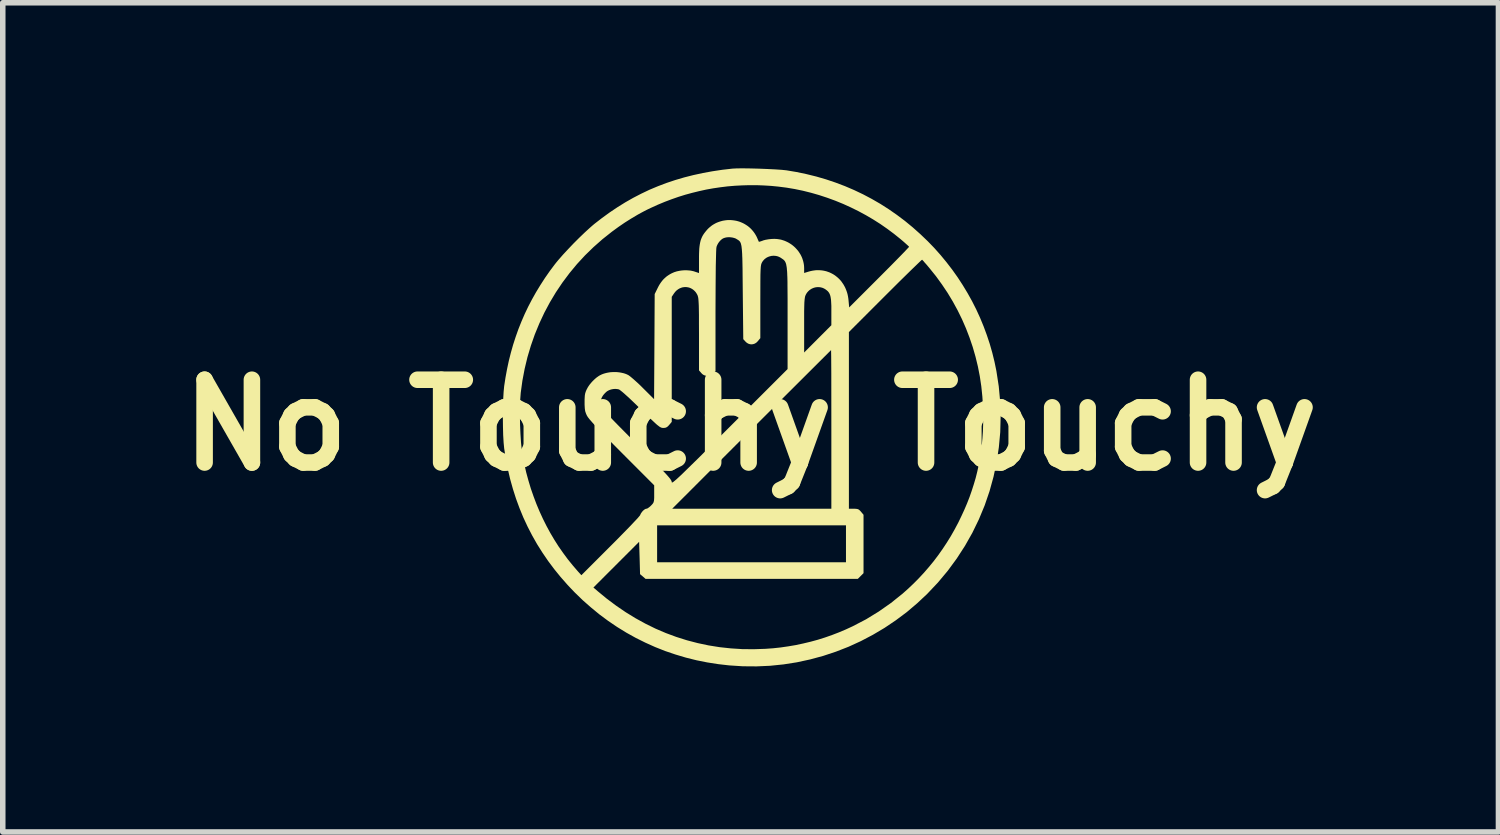
<source format=kicad_pcb>
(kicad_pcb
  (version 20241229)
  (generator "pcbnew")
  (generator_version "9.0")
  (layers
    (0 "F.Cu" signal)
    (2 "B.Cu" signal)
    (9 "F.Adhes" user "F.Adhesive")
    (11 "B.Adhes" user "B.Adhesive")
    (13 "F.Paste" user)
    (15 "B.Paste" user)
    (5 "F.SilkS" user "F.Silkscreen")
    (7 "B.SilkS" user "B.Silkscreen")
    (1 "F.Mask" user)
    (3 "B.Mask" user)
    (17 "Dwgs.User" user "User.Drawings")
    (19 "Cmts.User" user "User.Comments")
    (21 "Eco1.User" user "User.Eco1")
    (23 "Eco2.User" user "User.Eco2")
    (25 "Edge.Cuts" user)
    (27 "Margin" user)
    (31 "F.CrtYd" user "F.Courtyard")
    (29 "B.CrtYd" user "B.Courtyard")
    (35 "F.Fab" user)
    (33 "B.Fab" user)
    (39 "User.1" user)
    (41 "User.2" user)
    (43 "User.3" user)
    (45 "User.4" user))
  (footprint "No Touchy Touchy"
    (layer "F.Cu")
    (at 10.55 4.652)
    (property "Reference" "No Touchy Touchy" (at 0 0 0) (layer "F.SilkS") (effects (font (size 1.5 1.5) (thickness 0.3))))
    (attr board_only exclude_from_pos_files exclude_from_bom)
    (fp_poly (pts (xy 0 -4.65) (xy 0.15 -4.646) (xy 0.302 -4.64) (xy 0.443 -4.633) (xy 0.562 -4.625) (xy 0.649 -4.616) (xy 0.833 -4.585) (xy 1.014 -4.547) (xy 1.192 -4.503) (xy 1.367 -4.452) (xy 1.539 -4.394) (xy 1.708 -4.33) (xy 1.874 -4.259) (xy 2.036 -4.182) (xy 2.195 -4.098) (xy 2.351 -4.008) (xy 2.503 -3.911) (xy 2.651 -3.808) (xy 2.796 -3.699) (xy 2.937 -3.583) (xy 3.074 -3.461) (xy 3.208 -3.333) (xy 3.327 -3.21) (xy 3.441 -3.082) (xy 3.549 -2.951) (xy 3.653 -2.816) (xy 3.751 -2.678) (xy 3.843 -2.537) (xy 3.93 -2.393) (xy 4.012 -2.246) (xy 4.088 -2.096) (xy 4.158 -1.943) (xy 4.222 -1.788) (xy 4.28 -1.631) (xy 4.333 -1.471) (xy 4.379 -1.31) (xy 4.419 -1.147) (xy 4.453 -0.982) (xy 4.496 -0.703) (xy 4.522 -0.424) (xy 4.53 -0.147) (xy 4.523 0.128) (xy 4.498 0.401) (xy 4.458 0.671) (xy 4.401 0.937) (xy 4.329 1.198) (xy 4.241 1.455) (xy 4.137 1.706) (xy 4.018 1.951) (xy 3.884 2.188) (xy 3.735 2.418) (xy 3.572 2.64) (xy 3.393 2.854) (xy 3.201 3.057) (xy 3.019 3.228) (xy 2.829 3.389) (xy 2.631 3.537) (xy 2.426 3.675) (xy 2.215 3.8) (xy 1.998 3.914) (xy 1.775 4.016) (xy 1.547 4.105) (xy 1.315 4.182) (xy 1.079 4.246) (xy 0.839 4.298) (xy 0.597 4.336) (xy 0.353 4.361) (xy 0.107 4.372) (xy -0.141 4.37) (xy -0.389 4.354) (xy -0.589 4.331) (xy -0.786 4.3) (xy -0.981 4.261) (xy -1.173 4.213) (xy -1.361 4.157) (xy -1.547 4.094) (xy -1.729 4.022) (xy -1.907 3.942) (xy -2.082 3.855) (xy -2.253 3.76) (xy -2.42 3.657) (xy -2.582 3.547) (xy -2.741 3.429) (xy -2.894 3.303) (xy -3.044 3.171) (xy -3.188 3.031) (xy -3.272 2.943) (xy -2.848 2.943) (xy -2.77 3.01) (xy -2.605 3.146) (xy -2.435 3.273) (xy -2.262 3.391) (xy -2.086 3.499) (xy -1.906 3.598) (xy -1.723 3.688) (xy -1.536 3.768) (xy -1.347 3.838) (xy -1.154 3.899) (xy -0.959 3.95) (xy -0.761 3.992) (xy -0.56 4.024) (xy -0.357 4.046) (xy -0.152 4.059) (xy 0.056 4.061) (xy 0.266 4.054) (xy 0.406 4.044) (xy 0.544 4.029) (xy 0.682 4.009) (xy 0.818 3.986) (xy 0.953 3.957) (xy 1.087 3.925) (xy 1.219 3.889) (xy 1.349 3.848) (xy 1.477 3.803) (xy 1.604 3.754) (xy 1.729 3.701) (xy 1.852 3.644) (xy 2.092 3.519) (xy 2.322 3.378) (xy 2.543 3.223) (xy 2.754 3.054) (xy 2.855 2.964) (xy 2.954 2.87) (xy 3.049 2.774) (xy 3.142 2.674) (xy 3.231 2.571) (xy 3.318 2.465) (xy 3.401 2.355) (xy 3.48 2.243) (xy 3.556 2.128) (xy 3.629 2.01) (xy 3.698 1.888) (xy 3.764 1.764) (xy 3.82 1.648) (xy 3.873 1.533) (xy 3.922 1.418) (xy 3.967 1.303) (xy 4.007 1.188) (xy 4.044 1.073) (xy 4.078 0.958) (xy 4.107 0.842) (xy 4.133 0.724) (xy 4.155 0.606) (xy 4.174 0.486) (xy 4.189 0.364) (xy 4.2 0.24) (xy 4.209 0.114) (xy 4.213 -0.014) (xy 4.215 -0.146) (xy 4.211 -0.333) (xy 4.199 -0.518) (xy 4.18 -0.702) (xy 4.153 -0.883) (xy 4.118 -1.062) (xy 4.075 -1.239) (xy 4.025 -1.413) (xy 3.967 -1.584) (xy 3.902 -1.753) (xy 3.83 -1.918) (xy 3.75 -2.081) (xy 3.663 -2.24) (xy 3.569 -2.396) (xy 3.467 -2.548) (xy 3.359 -2.697) (xy 3.243 -2.841) (xy 3.218 -2.871) (xy 3.194 -2.9) (xy 3.171 -2.926) (xy 3.151 -2.948) (xy 3.135 -2.968) (xy 3.121 -2.982) (xy 3.112 -2.992) (xy 3.109 -2.995) (xy 3.107 -2.996) (xy 3.091 -2.984) (xy 3.051 -2.946) (xy 2.905 -2.805) (xy 2.693 -2.597) (xy 2.437 -2.342) (xy 1.781 -1.686) (xy 1.781 1.516) (xy 1.867 1.516) (xy 1.881 1.516) (xy 1.893 1.516) (xy 1.904 1.517) (xy 1.915 1.518) (xy 1.919 1.518) (xy 1.924 1.519) (xy 1.928 1.52) (xy 1.932 1.52) (xy 1.936 1.521) (xy 1.94 1.523) (xy 1.944 1.524) (xy 1.947 1.525) (xy 1.951 1.527) (xy 1.954 1.528) (xy 1.958 1.53) (xy 1.961 1.532) (xy 1.964 1.534) (xy 1.967 1.537) (xy 1.97 1.539) (xy 1.973 1.542) (xy 1.976 1.545) (xy 1.98 1.548) (xy 1.986 1.554) (xy 1.993 1.562) (xy 2 1.57) (xy 2.046 1.625) (xy 2.046 2.683) (xy 1.943 2.786) (xy -1.904 2.786) (xy -1.953 2.743) (xy -2.003 2.701) (xy -2.011 2.408) (xy -2.02 2.115) (xy -2.435 2.53) (xy -2.848 2.943) (xy -3.272 2.943) (xy -3.318 2.894) (xy -3.442 2.753) (xy -3.559 2.609) (xy -3.669 2.462) (xy -3.772 2.311) (xy -3.869 2.157) (xy -3.958 2) (xy -4.041 1.839) (xy -4.118 1.674) (xy -4.187 1.506) (xy -4.25 1.335) (xy -4.306 1.16) (xy -4.356 0.981) (xy -4.399 0.798) (xy -4.435 0.612) (xy -4.465 0.422) (xy -4.475 0.319) (xy -4.483 0.184) (xy -4.487 0.026) (xy -4.489 -0.142) (xy -4.489 -0.168) (xy -4.18 -0.168) (xy -4.177 -0.003) (xy -4.17 0.16) (xy -4.16 0.315) (xy -4.146 0.452) (xy -4.138 0.511) (xy -4.13 0.563) (xy -4.099 0.713) (xy -4.065 0.861) (xy -4.025 1.007) (xy -3.982 1.15) (xy -3.933 1.291) (xy -3.881 1.429) (xy -3.824 1.565) (xy -3.763 1.698) (xy -3.698 1.828) (xy -3.629 1.955) (xy -3.555 2.08) (xy -3.478 2.201) (xy -3.396 2.318) (xy -3.311 2.433) (xy -3.221 2.544) (xy -3.128 2.652) (xy -3.066 2.72) (xy -2.539 2.193) (xy -2.432 2.086) (xy -2.333 1.985) (xy -2.242 1.892) (xy -2.168 1.816) (xy -1.694 1.816) (xy -1.694 2.486) (xy 1.728 2.486) (xy 1.728 1.816) (xy -1.694 1.816) (xy -2.168 1.816) (xy -2.163 1.81) (xy -2.097 1.74) (xy -2.046 1.686) (xy -2.014 1.648) (xy -2.005 1.637) (xy -2.001 1.63) (xy -1.999 1.626) (xy -1.997 1.621) (xy -1.993 1.611) (xy -1.987 1.601) (xy -1.981 1.592) (xy -1.974 1.582) (xy -1.967 1.572) (xy -1.959 1.563) (xy -1.951 1.554) (xy -1.943 1.546) (xy -1.934 1.539) (xy -1.926 1.532) (xy -1.918 1.527) (xy -1.913 1.524) (xy -1.909 1.522) (xy -1.906 1.52) (xy -1.902 1.519) (xy -1.898 1.517) (xy -1.895 1.516) (xy -1.891 1.516) (xy -1.888 1.516) (xy -1.421 1.516) (xy 1.463 1.516) (xy 1.463 0.078) (xy 1.462 -0.937) (xy 1.46 -1.246) (xy 1.458 -1.359) (xy 0.017 0.078) (xy -1.421 1.516) (xy -1.888 1.516) (xy -1.886 1.516) (xy -1.885 1.515) (xy -1.881 1.514) (xy -1.877 1.513) (xy -1.873 1.511) (xy -1.868 1.509) (xy -1.863 1.506) (xy -1.857 1.502) (xy -1.852 1.498) (xy -1.846 1.494) (xy -1.84 1.49) (xy -1.834 1.485) (xy -1.828 1.48) (xy -1.822 1.475) (xy -1.815 1.469) (xy -1.809 1.463) (xy -1.803 1.457) (xy -1.785 1.438) (xy -1.778 1.43) (xy -1.771 1.421) (xy -1.766 1.413) (xy -1.761 1.405) (xy -1.758 1.396) (xy -1.755 1.386) (xy -1.752 1.375) (xy -1.75 1.363) (xy -1.749 1.349) (xy -1.748 1.333) (xy -1.747 1.316) (xy -1.747 1.295) (xy -1.747 1.246) (xy -1.747 1.091) (xy -2.336 0.501) (xy -2.484 0.352) (xy -2.61 0.225) (xy -2.715 0.117) (xy -2.8 0.028) (xy -2.835 -0.011) (xy -2.866 -0.045) (xy -2.892 -0.075) (xy -2.915 -0.101) (xy -2.933 -0.124) (xy -2.948 -0.143) (xy -2.958 -0.159) (xy -2.966 -0.172) (xy -2.972 -0.185) (xy -2.978 -0.198) (xy -2.983 -0.21) (xy -2.987 -0.222) (xy -2.991 -0.233) (xy -2.995 -0.245) (xy -2.998 -0.258) (xy -3 -0.271) (xy -3.002 -0.285) (xy -3.004 -0.299) (xy -3.005 -0.315) (xy -3.006 -0.332) (xy -3.008 -0.37) (xy -3.008 -0.416) (xy -3.008 -0.42) (xy -2.715 -0.42) (xy -2.714 -0.406) (xy -2.713 -0.39) (xy -2.711 -0.374) (xy -2.708 -0.358) (xy -2.705 -0.346) (xy -2.7 -0.334) (xy -2.692 -0.319) (xy -2.68 -0.302) (xy -2.644 -0.256) (xy -2.588 -0.192) (xy -2.506 -0.105) (xy -2.394 0.01) (xy -2.063 0.344) (xy -1.879 0.529) (xy -1.734 0.676) (xy -1.674 0.737) (xy -1.623 0.79) (xy -1.579 0.837) (xy -1.542 0.876) (xy -1.511 0.91) (xy -1.486 0.939) (xy -1.466 0.963) (xy -1.458 0.973) (xy -1.452 0.982) (xy -1.446 0.991) (xy -1.441 0.999) (xy -1.437 1.006) (xy -1.434 1.012) (xy -1.432 1.018) (xy -1.43 1.023) (xy -1.43 1.028) (xy -1.429 1.032) (xy -1.428 1.039) (xy -1.423 1.041) (xy -1.413 1.037) (xy -1.397 1.027) (xy -1.344 0.983) (xy -1.255 0.901) (xy -0.938 0.591) (xy -0.38 0.034) (xy 0.67 -1.015) (xy 0.67 -1.315) (xy 0.97 -1.315) (xy 1.463 -1.809) (xy 1.463 -2.065) (xy 1.463 -2.115) (xy 1.463 -2.159) (xy 1.461 -2.2) (xy 1.459 -2.236) (xy 1.458 -2.252) (xy 1.457 -2.268) (xy 1.455 -2.282) (xy 1.453 -2.296) (xy 1.451 -2.309) (xy 1.449 -2.322) (xy 1.446 -2.333) (xy 1.444 -2.344) (xy 1.44 -2.354) (xy 1.437 -2.364) (xy 1.433 -2.373) (xy 1.429 -2.382) (xy 1.425 -2.39) (xy 1.42 -2.398) (xy 1.415 -2.405) (xy 1.41 -2.412) (xy 1.404 -2.419) (xy 1.398 -2.426) (xy 1.391 -2.432) (xy 1.384 -2.438) (xy 1.377 -2.444) (xy 1.369 -2.45) (xy 1.361 -2.456) (xy 1.352 -2.462) (xy 1.341 -2.469) (xy 1.329 -2.475) (xy 1.317 -2.481) (xy 1.305 -2.486) (xy 1.292 -2.49) (xy 1.28 -2.493) (xy 1.267 -2.496) (xy 1.254 -2.498) (xy 1.242 -2.499) (xy 1.229 -2.5) (xy 1.216 -2.5) (xy 1.203 -2.499) (xy 1.191 -2.498) (xy 1.178 -2.496) (xy 1.166 -2.493) (xy 1.153 -2.49) (xy 1.141 -2.486) (xy 1.129 -2.481) (xy 1.117 -2.476) (xy 1.106 -2.471) (xy 1.095 -2.464) (xy 1.084 -2.457) (xy 1.073 -2.45) (xy 1.063 -2.442) (xy 1.053 -2.433) (xy 1.044 -2.424) (xy 1.035 -2.414) (xy 1.026 -2.404) (xy 1.018 -2.393) (xy 1.011 -2.382) (xy 1.004 -2.37) (xy 0.998 -2.358) (xy 0.989 -2.337) (xy 0.983 -2.309) (xy 0.978 -2.271) (xy 0.974 -2.22) (xy 0.972 -2.151) (xy 0.97 -2.062) (xy 0.97 -1.807) (xy 0.97 -1.315) (xy 0.67 -1.315) (xy 0.67 -1.942) (xy 0.67 -2.281) (xy 0.669 -2.418) (xy 0.668 -2.535) (xy 0.668 -2.587) (xy 0.667 -2.634) (xy 0.666 -2.678) (xy 0.664 -2.717) (xy 0.663 -2.753) (xy 0.661 -2.786) (xy 0.658 -2.815) (xy 0.656 -2.842) (xy 0.653 -2.865) (xy 0.649 -2.886) (xy 0.646 -2.905) (xy 0.642 -2.921) (xy 0.639 -2.929) (xy 0.637 -2.936) (xy 0.634 -2.942) (xy 0.632 -2.949) (xy 0.629 -2.954) (xy 0.626 -2.96) (xy 0.623 -2.965) (xy 0.62 -2.97) (xy 0.617 -2.975) (xy 0.613 -2.979) (xy 0.606 -2.987) (xy 0.598 -2.995) (xy 0.589 -3.002) (xy 0.58 -3.008) (xy 0.57 -3.015) (xy 0.548 -3.03) (xy 0.538 -3.036) (xy 0.527 -3.042) (xy 0.516 -3.047) (xy 0.505 -3.052) (xy 0.494 -3.056) (xy 0.482 -3.06) (xy 0.471 -3.062) (xy 0.459 -3.065) (xy 0.447 -3.066) (xy 0.435 -3.067) (xy 0.423 -3.068) (xy 0.411 -3.068) (xy 0.4 -3.067) (xy 0.388 -3.066) (xy 0.376 -3.065) (xy 0.364 -3.062) (xy 0.353 -3.059) (xy 0.341 -3.056) (xy 0.33 -3.052) (xy 0.319 -3.048) (xy 0.308 -3.043) (xy 0.298 -3.038) (xy 0.287 -3.032) (xy 0.277 -3.025) (xy 0.268 -3.018) (xy 0.258 -3.011) (xy 0.249 -3.003) (xy 0.241 -2.994) (xy 0.233 -2.985) (xy 0.225 -2.976) (xy 0.218 -2.966) (xy 0.211 -2.956) (xy 0.2 -2.935) (xy 0.191 -2.909) (xy 0.185 -2.871) (xy 0.181 -2.813) (xy 0.178 -2.728) (xy 0.177 -2.608) (xy 0.176 -2.236) (xy 0.176 -1.575) (xy 0.13 -1.52) (xy 0.124 -1.513) (xy 0.118 -1.507) (xy 0.112 -1.501) (xy 0.106 -1.496) (xy 0.099 -1.491) (xy 0.093 -1.487) (xy 0.086 -1.482) (xy 0.079 -1.479) (xy 0.072 -1.475) (xy 0.065 -1.472) (xy 0.058 -1.47) (xy 0.051 -1.468) (xy 0.043 -1.466) (xy 0.036 -1.465) (xy 0.028 -1.464) (xy 0.021 -1.463) (xy 0.014 -1.463) (xy 0.006 -1.464) (xy -0.001 -1.464) (xy -0.009 -1.465) (xy -0.016 -1.467) (xy -0.023 -1.469) (xy -0.031 -1.471) (xy -0.038 -1.474) (xy -0.045 -1.477) (xy -0.052 -1.481) (xy -0.059 -1.485) (xy -0.065 -1.489) (xy -0.072 -1.494) (xy -0.078 -1.499) (xy -0.085 -1.505) (xy -0.091 -1.511) (xy -0.133 -1.557) (xy -0.142 -2.405) (xy -0.145 -2.71) (xy -0.146 -2.832) (xy -0.148 -2.937) (xy -0.149 -2.984) (xy -0.15 -3.026) (xy -0.152 -3.065) (xy -0.153 -3.1) (xy -0.155 -3.132) (xy -0.157 -3.161) (xy -0.159 -3.187) (xy -0.162 -3.211) (xy -0.164 -3.231) (xy -0.167 -3.25) (xy -0.171 -3.266) (xy -0.174 -3.281) (xy -0.176 -3.287) (xy -0.178 -3.293) (xy -0.18 -3.299) (xy -0.183 -3.305) (xy -0.185 -3.31) (xy -0.188 -3.314) (xy -0.19 -3.319) (xy -0.193 -3.323) (xy -0.196 -3.327) (xy -0.199 -3.33) (xy -0.202 -3.334) (xy -0.205 -3.337) (xy -0.211 -3.343) (xy -0.219 -3.348) (xy -0.226 -3.354) (xy -0.235 -3.359) (xy -0.253 -3.37) (xy -0.264 -3.377) (xy -0.277 -3.383) (xy -0.291 -3.388) (xy -0.305 -3.392) (xy -0.32 -3.396) (xy -0.335 -3.399) (xy -0.351 -3.401) (xy -0.367 -3.403) (xy -0.383 -3.404) (xy -0.399 -3.404) (xy -0.415 -3.403) (xy -0.431 -3.402) (xy -0.446 -3.399) (xy -0.46 -3.396) (xy -0.473 -3.392) (xy -0.486 -3.388) (xy -0.496 -3.383) (xy -0.506 -3.378) (xy -0.517 -3.371) (xy -0.527 -3.363) (xy -0.537 -3.355) (xy -0.546 -3.346) (xy -0.556 -3.335) (xy -0.565 -3.325) (xy -0.574 -3.314) (xy -0.582 -3.302) (xy -0.59 -3.29) (xy -0.597 -3.278) (xy -0.603 -3.265) (xy -0.609 -3.253) (xy -0.614 -3.24) (xy -0.618 -3.227) (xy -0.622 -3.195) (xy -0.625 -3.125) (xy -0.631 -2.884) (xy -0.634 -2.526) (xy -0.636 -2.072) (xy -0.636 -0.977) (xy -0.68 -0.936) (xy -0.686 -0.931) (xy -0.692 -0.926) (xy -0.699 -0.921) (xy -0.705 -0.917) (xy -0.712 -0.913) (xy -0.719 -0.909) (xy -0.726 -0.906) (xy -0.733 -0.903) (xy -0.74 -0.9) (xy -0.747 -0.898) (xy -0.754 -0.896) (xy -0.761 -0.895) (xy -0.769 -0.894) (xy -0.776 -0.893) (xy -0.783 -0.893) (xy -0.79 -0.893) (xy -0.798 -0.893) (xy -0.805 -0.894) (xy -0.812 -0.895) (xy -0.819 -0.896) (xy -0.826 -0.898) (xy -0.833 -0.901) (xy -0.839 -0.903) (xy -0.846 -0.906) (xy -0.852 -0.909) (xy -0.859 -0.913) (xy -0.865 -0.917) (xy -0.871 -0.922) (xy -0.877 -0.926) (xy -0.882 -0.932) (xy -0.888 -0.937) (xy -0.893 -0.943) (xy -0.935 -0.991) (xy -0.935 -1.647) (xy -0.936 -1.845) (xy -0.936 -2) (xy -0.937 -2.063) (xy -0.938 -2.118) (xy -0.939 -2.165) (xy -0.941 -2.205) (xy -0.943 -2.239) (xy -0.945 -2.268) (xy -0.947 -2.291) (xy -0.95 -2.311) (xy -0.952 -2.319) (xy -0.954 -2.327) (xy -0.956 -2.334) (xy -0.958 -2.341) (xy -0.96 -2.347) (xy -0.962 -2.353) (xy -0.967 -2.363) (xy -0.976 -2.379) (xy -0.985 -2.394) (xy -0.995 -2.408) (xy -1.006 -2.421) (xy -1.018 -2.433) (xy -1.03 -2.444) (xy -1.042 -2.454) (xy -1.055 -2.463) (xy -1.068 -2.471) (xy -1.082 -2.478) (xy -1.096 -2.485) (xy -1.111 -2.49) (xy -1.125 -2.494) (xy -1.14 -2.497) (xy -1.155 -2.499) (xy -1.17 -2.501) (xy -1.185 -2.501) (xy -1.2 -2.5) (xy -1.216 -2.498) (xy -1.231 -2.496) (xy -1.246 -2.492) (xy -1.26 -2.487) (xy -1.275 -2.481) (xy -1.289 -2.475) (xy -1.303 -2.467) (xy -1.317 -2.458) (xy -1.33 -2.448) (xy -1.343 -2.438) (xy -1.355 -2.426) (xy -1.367 -2.413) (xy -1.378 -2.399) (xy -1.389 -2.384) (xy -1.429 -2.324) (xy -1.429 -0.058) (xy -1.475 -0.003) (xy -1.482 0.005) (xy -1.488 0.011) (xy -1.494 0.018) (xy -1.5 0.023) (xy -1.506 0.028) (xy -1.512 0.033) (xy -1.518 0.037) (xy -1.524 0.04) (xy -1.531 0.043) (xy -1.537 0.046) (xy -1.544 0.048) (xy -1.551 0.049) (xy -1.558 0.05) (xy -1.566 0.051) (xy -1.574 0.052) (xy -1.583 0.052) (xy -1.593 0.051) (xy -1.604 0.05) (xy -1.615 0.047) (xy -1.626 0.043) (xy -1.639 0.036) (xy -1.654 0.027) (xy -1.67 0.014) (xy -1.69 -0.001) (xy -1.712 -0.02) (xy -1.738 -0.044) (xy -1.802 -0.104) (xy -1.886 -0.185) (xy -1.994 -0.291) (xy -2.071 -0.367) (xy -2.142 -0.435) (xy -2.205 -0.495) (xy -2.261 -0.545) (xy -2.285 -0.567) (xy -2.307 -0.586) (xy -2.327 -0.603) (xy -2.345 -0.617) (xy -2.36 -0.629) (xy -2.372 -0.638) (xy -2.382 -0.644) (xy -2.386 -0.646) (xy -2.389 -0.647) (xy -2.406 -0.651) (xy -2.424 -0.653) (xy -2.442 -0.655) (xy -2.459 -0.655) (xy -2.477 -0.654) (xy -2.494 -0.652) (xy -2.511 -0.649) (xy -2.528 -0.645) (xy -2.544 -0.64) (xy -2.56 -0.634) (xy -2.575 -0.627) (xy -2.59 -0.619) (xy -2.604 -0.61) (xy -2.617 -0.599) (xy -2.629 -0.588) (xy -2.635 -0.582) (xy -2.641 -0.576) (xy -2.653 -0.563) (xy -2.664 -0.55) (xy -2.674 -0.537) (xy -2.682 -0.524) (xy -2.69 -0.512) (xy -2.696 -0.499) (xy -2.702 -0.487) (xy -2.706 -0.474) (xy -2.71 -0.461) (xy -2.712 -0.448) (xy -2.714 -0.434) (xy -2.715 -0.42) (xy -3.008 -0.42) (xy -3.008 -0.463) (xy -3.007 -0.483) (xy -3.006 -0.502) (xy -3.005 -0.519) (xy -3.004 -0.534) (xy -3.002 -0.549) (xy -2.999 -0.563) (xy -2.997 -0.576) (xy -2.993 -0.588) (xy -2.989 -0.6) (xy -2.985 -0.612) (xy -2.98 -0.624) (xy -2.974 -0.637) (xy -2.968 -0.65) (xy -2.96 -0.664) (xy -2.951 -0.682) (xy -2.94 -0.699) (xy -2.928 -0.717) (xy -2.915 -0.735) (xy -2.901 -0.752) (xy -2.886 -0.77) (xy -2.871 -0.787) (xy -2.855 -0.803) (xy -2.839 -0.819) (xy -2.823 -0.834) (xy -2.806 -0.849) (xy -2.789 -0.863) (xy -2.772 -0.875) (xy -2.755 -0.887) (xy -2.739 -0.897) (xy -2.722 -0.906) (xy -2.695 -0.919) (xy -2.666 -0.93) (xy -2.636 -0.939) (xy -2.604 -0.947) (xy -2.572 -0.953) (xy -2.538 -0.958) (xy -2.505 -0.96) (xy -2.471 -0.961) (xy -2.437 -0.961) (xy -2.403 -0.958) (xy -2.37 -0.954) (xy -2.338 -0.948) (xy -2.306 -0.941) (xy -2.276 -0.932) (xy -2.247 -0.921) (xy -2.22 -0.908) (xy -2.213 -0.904) (xy -2.204 -0.898) (xy -2.181 -0.881) (xy -2.152 -0.857) (xy -2.118 -0.828) (xy -2.08 -0.794) (xy -2.039 -0.757) (xy -1.997 -0.717) (xy -1.955 -0.675) (xy -1.749 -0.47) (xy -1.743 -1.423) (xy -1.738 -2.374) (xy -1.68 -2.492) (xy -1.667 -2.517) (xy -1.653 -2.542) (xy -1.638 -2.565) (xy -1.623 -2.587) (xy -1.607 -2.608) (xy -1.591 -2.628) (xy -1.573 -2.647) (xy -1.555 -2.664) (xy -1.536 -2.681) (xy -1.517 -2.697) (xy -1.496 -2.711) (xy -1.475 -2.725) (xy -1.453 -2.738) (xy -1.43 -2.75) (xy -1.406 -2.761) (xy -1.382 -2.771) (xy -1.36 -2.778) (xy -1.338 -2.785) (xy -1.314 -2.79) (xy -1.29 -2.795) (xy -1.266 -2.799) (xy -1.241 -2.802) (xy -1.216 -2.804) (xy -1.191 -2.805) (xy -1.167 -2.805) (xy -1.142 -2.804) (xy -1.118 -2.802) (xy -1.094 -2.8) (xy -1.071 -2.796) (xy -1.049 -2.791) (xy -1.028 -2.786) (xy -1.008 -2.779) (xy -0.935 -2.755) (xy -0.935 -3.009) (xy -0.935 -3.062) (xy -0.934 -3.111) (xy -0.932 -3.157) (xy -0.93 -3.198) (xy -0.926 -3.236) (xy -0.921 -3.272) (xy -0.915 -3.304) (xy -0.908 -3.334) (xy -0.904 -3.349) (xy -0.899 -3.363) (xy -0.894 -3.376) (xy -0.889 -3.389) (xy -0.883 -3.402) (xy -0.877 -3.415) (xy -0.871 -3.427) (xy -0.864 -3.439) (xy -0.849 -3.463) (xy -0.832 -3.486) (xy -0.813 -3.51) (xy -0.793 -3.534) (xy -0.773 -3.556) (xy -0.752 -3.576) (xy -0.73 -3.594) (xy -0.708 -3.612) (xy -0.685 -3.628) (xy -0.661 -3.642) (xy -0.636 -3.656) (xy -0.611 -3.668) (xy -0.585 -3.678) (xy -0.559 -3.687) (xy -0.532 -3.695) (xy -0.506 -3.702) (xy -0.478 -3.707) (xy -0.451 -3.711) (xy -0.423 -3.714) (xy -0.396 -3.715) (xy -0.368 -3.715) (xy -0.34 -3.713) (xy -0.313 -3.71) (xy -0.285 -3.706) (xy -0.258 -3.701) (xy -0.231 -3.694) (xy -0.204 -3.686) (xy -0.178 -3.676) (xy -0.152 -3.665) (xy -0.127 -3.653) (xy -0.102 -3.639) (xy -0.078 -3.624) (xy -0.054 -3.608) (xy -0.031 -3.59) (xy -0.009 -3.571) (xy 0.012 -3.55) (xy 0.019 -3.542) (xy 0.027 -3.534) (xy 0.034 -3.525) (xy 0.042 -3.516) (xy 0.057 -3.497) (xy 0.071 -3.477) (xy 0.078 -3.467) (xy 0.084 -3.457) (xy 0.09 -3.447) (xy 0.096 -3.437) (xy 0.101 -3.428) (xy 0.106 -3.419) (xy 0.11 -3.41) (xy 0.114 -3.402) (xy 0.121 -3.387) (xy 0.127 -3.372) (xy 0.138 -3.347) (xy 0.143 -3.337) (xy 0.146 -3.329) (xy 0.149 -3.324) (xy 0.149 -3.322) (xy 0.149 -3.321) (xy 0.15 -3.321) (xy 0.152 -3.321) (xy 0.157 -3.322) (xy 0.165 -3.324) (xy 0.175 -3.327) (xy 0.187 -3.33) (xy 0.2 -3.335) (xy 0.215 -3.34) (xy 0.23 -3.346) (xy 0.239 -3.349) (xy 0.248 -3.351) (xy 0.27 -3.357) (xy 0.294 -3.361) (xy 0.321 -3.366) (xy 0.348 -3.369) (xy 0.376 -3.372) (xy 0.403 -3.373) (xy 0.428 -3.374) (xy 0.455 -3.373) (xy 0.482 -3.371) (xy 0.509 -3.367) (xy 0.535 -3.363) (xy 0.561 -3.357) (xy 0.586 -3.349) (xy 0.611 -3.341) (xy 0.635 -3.331) (xy 0.659 -3.32) (xy 0.683 -3.308) (xy 0.705 -3.295) (xy 0.727 -3.281) (xy 0.749 -3.266) (xy 0.769 -3.25) (xy 0.789 -3.233) (xy 0.808 -3.215) (xy 0.826 -3.196) (xy 0.843 -3.177) (xy 0.86 -3.157) (xy 0.875 -3.136) (xy 0.889 -3.114) (xy 0.903 -3.092) (xy 0.915 -3.069) (xy 0.926 -3.046) (xy 0.936 -3.022) (xy 0.944 -2.997) (xy 0.952 -2.972) (xy 0.958 -2.947) (xy 0.963 -2.922) (xy 0.967 -2.896) (xy 0.969 -2.869) (xy 0.97 -2.843) (xy 0.97 -2.756) (xy 1.052 -2.781) (xy 1.086 -2.79) (xy 1.119 -2.797) (xy 1.152 -2.802) (xy 1.184 -2.806) (xy 1.217 -2.807) (xy 1.248 -2.806) (xy 1.28 -2.804) (xy 1.311 -2.8) (xy 1.341 -2.794) (xy 1.371 -2.787) (xy 1.4 -2.777) (xy 1.428 -2.767) (xy 1.456 -2.754) (xy 1.483 -2.74) (xy 1.509 -2.725) (xy 1.534 -2.708) (xy 1.558 -2.689) (xy 1.582 -2.669) (xy 1.604 -2.648) (xy 1.625 -2.626) (xy 1.645 -2.602) (xy 1.663 -2.576) (xy 1.681 -2.55) (xy 1.697 -2.522) (xy 1.712 -2.494) (xy 1.725 -2.464) (xy 1.737 -2.433) (xy 1.748 -2.401) (xy 1.757 -2.368) (xy 1.764 -2.334) (xy 1.77 -2.298) (xy 1.774 -2.263) (xy 1.786 -2.132) (xy 2.331 -2.677) (xy 2.542 -2.889) (xy 2.714 -3.064) (xy 2.78 -3.132) (xy 2.829 -3.184) (xy 2.861 -3.218) (xy 2.869 -3.227) (xy 2.871 -3.231) (xy 2.87 -3.233) (xy 2.867 -3.236) (xy 2.857 -3.246) (xy 2.842 -3.26) (xy 2.823 -3.277) (xy 2.775 -3.32) (xy 2.716 -3.37) (xy 2.598 -3.465) (xy 2.476 -3.556) (xy 2.351 -3.643) (xy 2.222 -3.725) (xy 2.089 -3.803) (xy 1.954 -3.876) (xy 1.816 -3.944) (xy 1.675 -4.008) (xy 1.533 -4.066) (xy 1.388 -4.119) (xy 1.242 -4.167) (xy 1.096 -4.209) (xy 0.948 -4.246) (xy 0.799 -4.277) (xy 0.651 -4.302) (xy 0.502 -4.321) (xy 0.37 -4.334) (xy 0.237 -4.342) (xy 0.105 -4.347) (xy -0.026 -4.347) (xy -0.158 -4.343) (xy -0.288 -4.336) (xy -0.418 -4.325) (xy -0.548 -4.309) (xy -0.677 -4.29) (xy -0.805 -4.267) (xy -0.932 -4.239) (xy -1.058 -4.208) (xy -1.183 -4.174) (xy -1.308 -4.135) (xy -1.431 -4.092) (xy -1.553 -4.046) (xy -1.683 -3.992) (xy -1.808 -3.935) (xy -1.869 -3.906) (xy -1.928 -3.876) (xy -1.988 -3.844) (xy -2.046 -3.812) (xy -2.162 -3.743) (xy -2.278 -3.67) (xy -2.395 -3.59) (xy -2.514 -3.503) (xy -2.684 -3.368) (xy -2.846 -3.225) (xy -3 -3.075) (xy -3.145 -2.918) (xy -3.281 -2.754) (xy -3.409 -2.583) (xy -3.528 -2.406) (xy -3.637 -2.224) (xy -3.738 -2.035) (xy -3.828 -1.842) (xy -3.91 -1.643) (xy -3.981 -1.44) (xy -4.043 -1.232) (xy -4.094 -1.02) (xy -4.135 -0.804) (xy -4.165 -0.585) (xy -4.174 -0.467) (xy -4.179 -0.325) (xy -4.18 -0.168) (xy -4.489 -0.168) (xy -4.487 -0.311) (xy -4.483 -0.468) (xy -4.475 -0.604) (xy -4.465 -0.707) (xy -4.441 -0.862) (xy -4.413 -1.014) (xy -4.381 -1.164) (xy -4.344 -1.311) (xy -4.303 -1.456) (xy -4.257 -1.598) (xy -4.207 -1.739) (xy -4.152 -1.877) (xy -4.093 -2.013) (xy -4.029 -2.147) (xy -3.96 -2.279) (xy -3.887 -2.409) (xy -3.809 -2.537) (xy -3.727 -2.664) (xy -3.64 -2.789) (xy -3.548 -2.912) (xy -3.517 -2.951) (xy -3.482 -2.993) (xy -3.4 -3.087) (xy -3.307 -3.187) (xy -3.208 -3.291) (xy -3.106 -3.393) (xy -3.006 -3.489) (xy -2.913 -3.574) (xy -2.871 -3.611) (xy -2.832 -3.644) (xy -2.694 -3.751) (xy -2.555 -3.852) (xy -2.415 -3.946) (xy -2.272 -4.035) (xy -2.128 -4.117) (xy -1.981 -4.193) (xy -1.832 -4.264) (xy -1.679 -4.328) (xy -1.524 -4.387) (xy -1.365 -4.44) (xy -1.202 -4.488) (xy -1.036 -4.53) (xy -0.866 -4.567) (xy -0.691 -4.599) (xy -0.511 -4.626) (xy -0.327 -4.647) (xy -0.25 -4.651) (xy -0.137 -4.652)) (stroke (width 0) (type solid)) (fill yes) (layer "F.SilkS")))
  (gr_rect
    (start -3 -3)
    (end 24.1 12.024)
    (stroke (width 0.1) (type default))
    (fill no)
    (layer "Edge.Cuts")))
</source>
